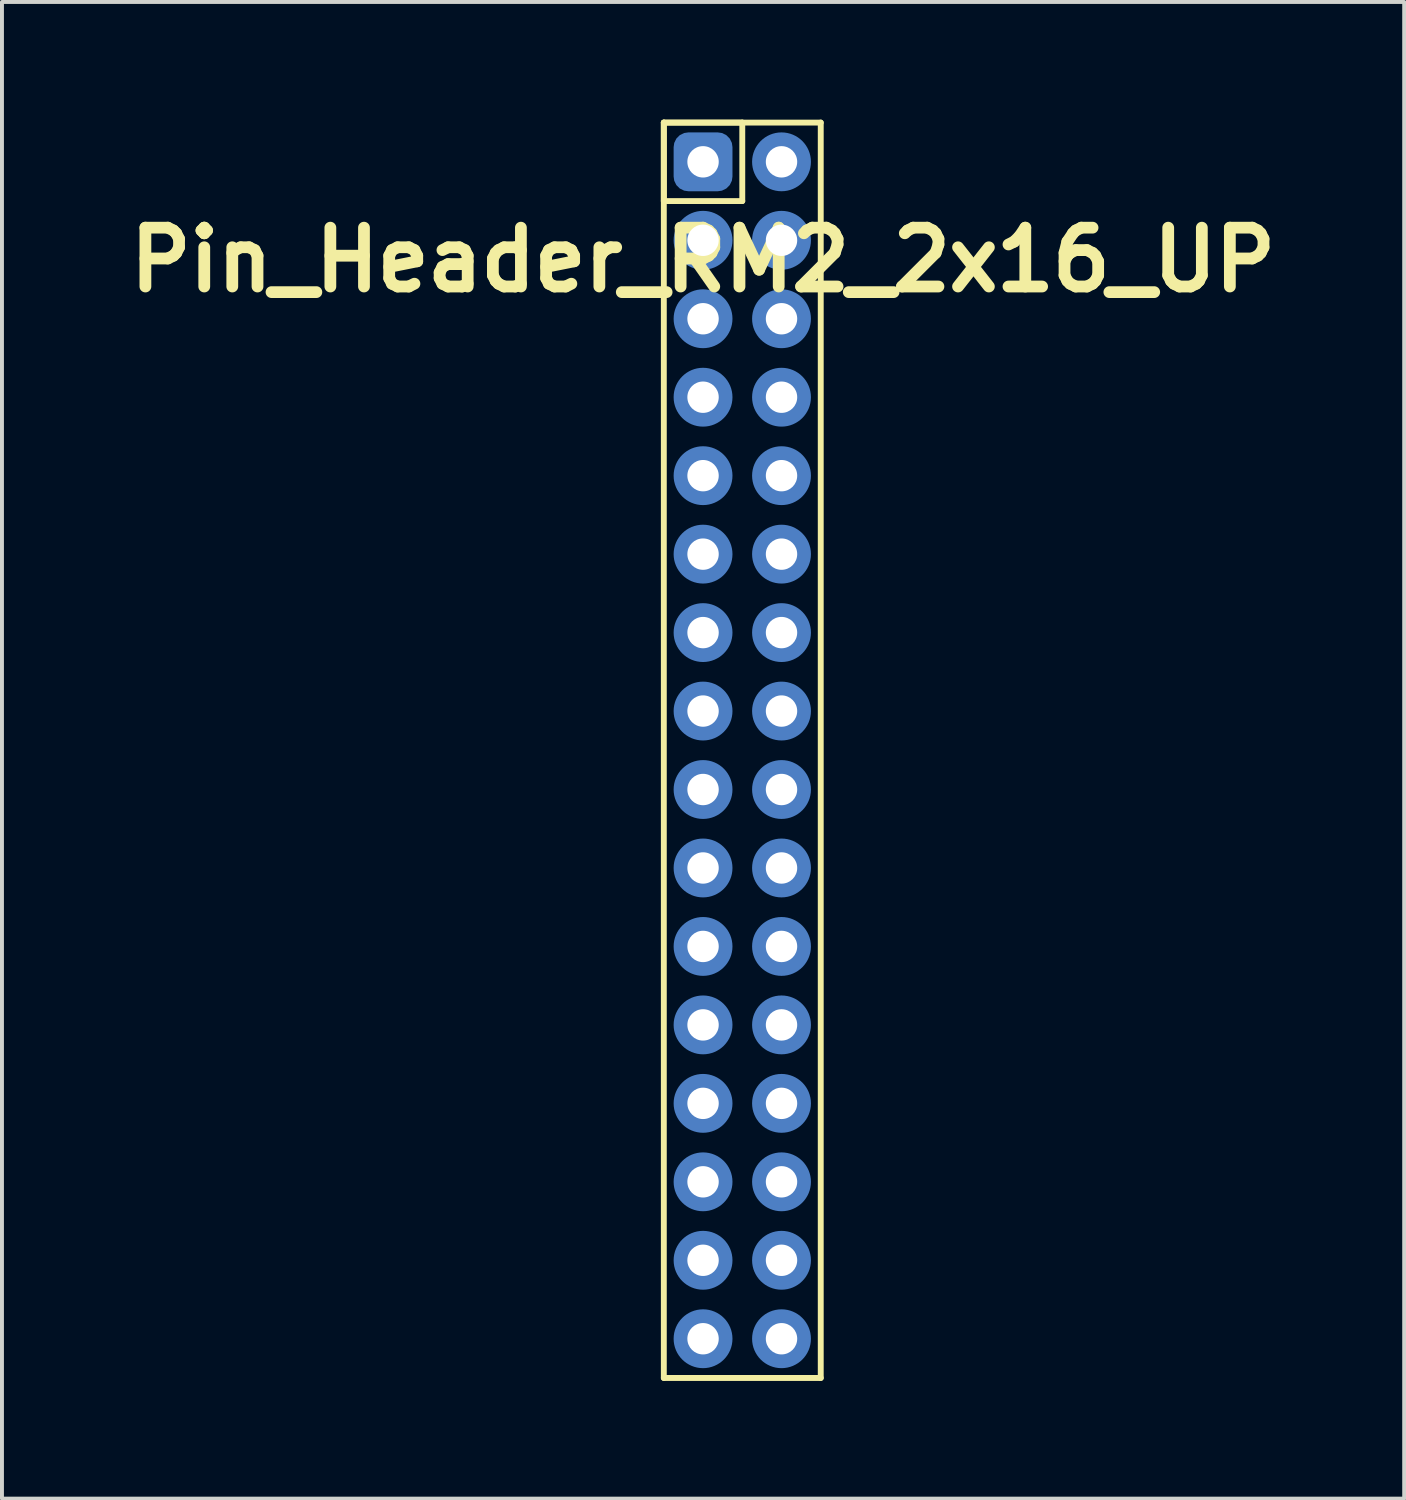
<source format=kicad_pcb>
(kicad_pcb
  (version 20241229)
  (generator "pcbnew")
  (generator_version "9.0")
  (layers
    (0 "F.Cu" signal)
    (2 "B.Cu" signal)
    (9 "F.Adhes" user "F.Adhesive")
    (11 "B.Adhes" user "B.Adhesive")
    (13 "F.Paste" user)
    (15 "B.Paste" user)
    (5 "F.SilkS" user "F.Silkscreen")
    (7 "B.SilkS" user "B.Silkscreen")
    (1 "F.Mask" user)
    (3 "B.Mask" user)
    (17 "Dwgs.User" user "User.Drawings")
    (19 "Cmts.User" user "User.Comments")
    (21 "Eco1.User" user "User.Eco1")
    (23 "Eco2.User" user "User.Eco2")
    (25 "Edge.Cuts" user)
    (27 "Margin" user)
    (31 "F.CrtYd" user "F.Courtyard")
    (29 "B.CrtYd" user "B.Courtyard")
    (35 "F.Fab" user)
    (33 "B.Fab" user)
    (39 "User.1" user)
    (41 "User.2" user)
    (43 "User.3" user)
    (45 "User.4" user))
  (footprint "Pin_Header_RM2_2x16_UP"
    (layer "F.Cu")
    (at 14.871 1.075)
    (property "Reference" "Pin_Header_RM2_2x16_UP" (at 0 2.5 0) (layer "F.SilkS") (effects (font (size 1.5 1.5) (thickness 0.3))))
    (attr through_hole)
    (fp_line (start -1 -1) (end 1 -1) (stroke (width 0.15) (type solid)) (layer "F.SilkS"))
    (fp_line (start -1 -1) (end 3 -1) (stroke (width 0.15) (type solid)) (layer "F.SilkS"))
    (fp_line (start -1 1) (end -1 -1) (stroke (width 0.15) (type solid)) (layer "F.SilkS"))
    (fp_line (start -1 31) (end -1 -1) (stroke (width 0.15) (type solid)) (layer "F.SilkS"))
    (fp_line (start 1 -1) (end 1 1) (stroke (width 0.15) (type solid)) (layer "F.SilkS"))
    (fp_line (start 1 1) (end -1 1) (stroke (width 0.15) (type solid)) (layer "F.SilkS"))
    (fp_line (start 3 -1) (end 3 31) (stroke (width 0.15) (type solid)) (layer "F.SilkS"))
    (fp_line (start 3 31) (end -1 31) (stroke (width 0.15) (type solid)) (layer "F.SilkS"))
    (pad "1" thru_hole circle (at 0 0) (size 1.1 1.1) (drill 0.8) (layers "*.Cu" "*.Mask"))
    (pad "1" smd roundrect (at 0 0) (size 1.25 1.25) (layers "F.Cu" "F.Mask") (roundrect_rratio 0.25))
    (pad "1" smd roundrect (at 0 0) (size 1.5 1.5) (layers "B.Cu" "B.Mask") (roundrect_rratio 0.25))
    (pad "2" thru_hole circle (at 2 0) (size 1.1 1.1) (drill 0.8) (layers "*.Cu" "*.Mask"))
    (pad "2" smd circle (at 2 0) (size 1.25 1.25) (layers "F.Cu" "F.Mask"))
    (pad "2" smd circle (at 2 0) (size 1.5 1.5) (layers "B.Cu" "B.Mask"))
    (pad "3" thru_hole circle (at 0 2) (size 1.1 1.1) (drill 0.8) (layers "*.Cu" "*.Mask"))
    (pad "3" smd circle (at 0 2) (size 1.25 1.25) (layers "F.Cu" "F.Mask"))
    (pad "3" smd circle (at 0 2) (size 1.5 1.5) (layers "B.Cu" "B.Mask"))
    (pad "4" thru_hole circle (at 2 2) (size 1.1 1.1) (drill 0.8) (layers "*.Cu" "*.Mask"))
    (pad "4" smd circle (at 2 2) (size 1.25 1.25) (layers "F.Cu" "F.Mask"))
    (pad "4" smd circle (at 2 2) (size 1.5 1.5) (layers "B.Cu" "B.Mask"))
    (pad "5" thru_hole circle (at 0 4) (size 1.1 1.1) (drill 0.8) (layers "*.Cu" "*.Mask"))
    (pad "5" smd circle (at 0 4) (size 1.25 1.25) (layers "F.Cu" "F.Mask"))
    (pad "5" smd circle (at 0 4) (size 1.5 1.5) (layers "B.Cu" "B.Mask"))
    (pad "6" thru_hole circle (at 2 4) (size 1.1 1.1) (drill 0.8) (layers "*.Cu" "*.Mask"))
    (pad "6" smd circle (at 2 4) (size 1.25 1.25) (layers "F.Cu" "F.Mask"))
    (pad "6" smd circle (at 2 4) (size 1.5 1.5) (layers "B.Cu" "B.Mask"))
    (pad "7" thru_hole circle (at 0 6) (size 1.1 1.1) (drill 0.8) (layers "*.Cu" "*.Mask"))
    (pad "7" smd circle (at 0 6) (size 1.25 1.25) (layers "F.Cu" "F.Mask"))
    (pad "7" smd circle (at 0 6) (size 1.5 1.5) (layers "B.Cu" "B.Mask"))
    (pad "8" thru_hole circle (at 2 6) (size 1.1 1.1) (drill 0.8) (layers "*.Cu" "*.Mask"))
    (pad "8" smd circle (at 2 6) (size 1.25 1.25) (layers "F.Cu" "F.Mask"))
    (pad "8" smd circle (at 2 6) (size 1.5 1.5) (layers "B.Cu" "B.Mask"))
    (pad "9" thru_hole circle (at 0 8) (size 1.1 1.1) (drill 0.8) (layers "*.Cu" "*.Mask"))
    (pad "9" smd circle (at 0 8) (size 1.25 1.25) (layers "F.Cu" "F.Mask"))
    (pad "9" smd circle (at 0 8) (size 1.5 1.5) (layers "B.Cu" "B.Mask"))
    (pad "10" thru_hole circle (at 2 8) (size 1.1 1.1) (drill 0.8) (layers "*.Cu" "*.Mask"))
    (pad "10" smd circle (at 2 8) (size 1.25 1.25) (layers "F.Cu" "F.Mask"))
    (pad "10" smd circle (at 2 8) (size 1.5 1.5) (layers "B.Cu" "B.Mask"))
    (pad "11" thru_hole circle (at 0 10) (size 1.1 1.1) (drill 0.8) (layers "*.Cu" "*.Mask"))
    (pad "11" smd circle (at 0 10) (size 1.25 1.25) (layers "F.Cu" "F.Mask"))
    (pad "11" smd circle (at 0 10) (size 1.5 1.5) (layers "B.Cu" "B.Mask"))
    (pad "12" thru_hole circle (at 2 10) (size 1.1 1.1) (drill 0.8) (layers "*.Cu" "*.Mask"))
    (pad "12" smd circle (at 2 10) (size 1.25 1.25) (layers "F.Cu" "F.Mask"))
    (pad "12" smd circle (at 2 10) (size 1.5 1.5) (layers "B.Cu" "B.Mask"))
    (pad "13" thru_hole circle (at 0 12) (size 1.1 1.1) (drill 0.8) (layers "*.Cu" "*.Mask"))
    (pad "13" smd circle (at 0 12) (size 1.25 1.25) (layers "F.Cu" "F.Mask"))
    (pad "13" smd circle (at 0 12) (size 1.5 1.5) (layers "B.Cu" "B.Mask"))
    (pad "14" thru_hole circle (at 2 12) (size 1.1 1.1) (drill 0.8) (layers "*.Cu" "*.Mask"))
    (pad "14" smd circle (at 2 12) (size 1.25 1.25) (layers "F.Cu" "F.Mask"))
    (pad "14" smd circle (at 2 12) (size 1.5 1.5) (layers "B.Cu" "B.Mask"))
    (pad "15" thru_hole circle (at 0 14) (size 1.1 1.1) (drill 0.8) (layers "*.Cu" "*.Mask"))
    (pad "15" smd circle (at 0 14) (size 1.25 1.25) (layers "F.Cu" "F.Mask"))
    (pad "15" smd circle (at 0 14) (size 1.5 1.5) (layers "B.Cu" "B.Mask"))
    (pad "16" thru_hole circle (at 2 14) (size 1.1 1.1) (drill 0.8) (layers "*.Cu" "*.Mask"))
    (pad "16" smd circle (at 2 14) (size 1.25 1.25) (layers "F.Cu" "F.Mask"))
    (pad "16" smd circle (at 2 14) (size 1.5 1.5) (layers "B.Cu" "B.Mask"))
    (pad "17" thru_hole circle (at 0 16) (size 1.1 1.1) (drill 0.8) (layers "*.Cu" "*.Mask"))
    (pad "17" smd circle (at 0 16) (size 1.25 1.25) (layers "F.Cu" "F.Mask"))
    (pad "17" smd circle (at 0 16) (size 1.5 1.5) (layers "B.Cu" "B.Mask"))
    (pad "18" thru_hole circle (at 2 16) (size 1.1 1.1) (drill 0.8) (layers "*.Cu" "*.Mask"))
    (pad "18" smd circle (at 2 16) (size 1.25 1.25) (layers "F.Cu" "F.Mask"))
    (pad "18" smd circle (at 2 16) (size 1.5 1.5) (layers "B.Cu" "B.Mask"))
    (pad "19" thru_hole circle (at 0 18) (size 1.1 1.1) (drill 0.8) (layers "*.Cu" "*.Mask"))
    (pad "19" smd circle (at 0 18) (size 1.25 1.25) (layers "F.Cu" "F.Mask"))
    (pad "19" smd circle (at 0 18) (size 1.5 1.5) (layers "B.Cu" "B.Mask"))
    (pad "20" thru_hole circle (at 2 18) (size 1.1 1.1) (drill 0.8) (layers "*.Cu" "*.Mask"))
    (pad "20" smd circle (at 2 18) (size 1.25 1.25) (layers "F.Cu" "F.Mask"))
    (pad "20" smd circle (at 2 18) (size 1.5 1.5) (layers "B.Cu" "B.Mask"))
    (pad "21" thru_hole circle (at 0 20) (size 1.1 1.1) (drill 0.8) (layers "*.Cu" "*.Mask"))
    (pad "21" smd circle (at 0 20) (size 1.25 1.25) (layers "F.Cu" "F.Mask"))
    (pad "21" smd circle (at 0 20) (size 1.5 1.5) (layers "B.Cu" "B.Mask"))
    (pad "22" thru_hole circle (at 2 20) (size 1.1 1.1) (drill 0.8) (layers "*.Cu" "*.Mask"))
    (pad "22" smd circle (at 2 20) (size 1.25 1.25) (layers "F.Cu" "F.Mask"))
    (pad "22" smd circle (at 2 20) (size 1.5 1.5) (layers "B.Cu" "B.Mask"))
    (pad "23" thru_hole circle (at 0 22) (size 1.1 1.1) (drill 0.8) (layers "*.Cu" "*.Mask"))
    (pad "23" smd circle (at 0 22) (size 1.25 1.25) (layers "F.Cu" "F.Mask"))
    (pad "23" smd circle (at 0 22) (size 1.5 1.5) (layers "B.Cu" "B.Mask"))
    (pad "24" thru_hole circle (at 2 22) (size 1.1 1.1) (drill 0.8) (layers "*.Cu" "*.Mask"))
    (pad "24" smd circle (at 2 22) (size 1.25 1.25) (layers "F.Cu" "F.Mask"))
    (pad "24" smd circle (at 2 22) (size 1.5 1.5) (layers "B.Cu" "B.Mask"))
    (pad "25" thru_hole circle (at 0 24) (size 1.1 1.1) (drill 0.8) (layers "*.Cu" "*.Mask"))
    (pad "25" smd circle (at 0 24) (size 1.25 1.25) (layers "F.Cu" "F.Mask"))
    (pad "25" smd circle (at 0 24) (size 1.5 1.5) (layers "B.Cu" "B.Mask"))
    (pad "26" thru_hole circle (at 2 24) (size 1.1 1.1) (drill 0.8) (layers "*.Cu" "*.Mask"))
    (pad "26" smd circle (at 2 24) (size 1.25 1.25) (layers "F.Cu" "F.Mask"))
    (pad "26" smd circle (at 2 24) (size 1.5 1.5) (layers "B.Cu" "B.Mask"))
    (pad "27" thru_hole circle (at 0 26) (size 1.1 1.1) (drill 0.8) (layers "*.Cu" "*.Mask"))
    (pad "27" smd circle (at 0 26) (size 1.25 1.25) (layers "F.Cu" "F.Mask"))
    (pad "27" smd circle (at 0 26) (size 1.5 1.5) (layers "B.Cu" "B.Mask"))
    (pad "28" thru_hole circle (at 2 26) (size 1.1 1.1) (drill 0.8) (layers "*.Cu" "*.Mask"))
    (pad "28" smd circle (at 2 26) (size 1.25 1.25) (layers "F.Cu" "F.Mask"))
    (pad "28" smd circle (at 2 26) (size 1.5 1.5) (layers "B.Cu" "B.Mask"))
    (pad "29" thru_hole circle (at 0 28) (size 1.1 1.1) (drill 0.8) (layers "*.Cu" "*.Mask"))
    (pad "29" smd circle (at 0 28) (size 1.25 1.25) (layers "F.Cu" "F.Mask"))
    (pad "29" smd circle (at 0 28) (size 1.5 1.5) (layers "B.Cu" "B.Mask"))
    (pad "30" thru_hole circle (at 2 28) (size 1.1 1.1) (drill 0.8) (layers "*.Cu" "*.Mask"))
    (pad "30" smd circle (at 2 28) (size 1.25 1.25) (layers "F.Cu" "F.Mask"))
    (pad "30" smd circle (at 2 28) (size 1.5 1.5) (layers "B.Cu" "B.Mask"))
    (pad "31" thru_hole circle (at 0 30) (size 1.1 1.1) (drill 0.8) (layers "*.Cu" "*.Mask"))
    (pad "31" smd circle (at 0 30) (size 1.25 1.25) (layers "F.Cu" "F.Mask"))
    (pad "31" smd circle (at 0 30) (size 1.5 1.5) (layers "B.Cu" "B.Mask"))
    (pad "32" thru_hole circle (at 2 30) (size 1.1 1.1) (drill 0.8) (layers "*.Cu" "*.Mask"))
    (pad "32" smd circle (at 2 30) (size 1.25 1.25) (layers "F.Cu" "F.Mask"))
    (pad "32" smd circle (at 2 30) (size 1.5 1.5) (layers "B.Cu" "B.Mask")))
  (gr_rect
    (start -3 -3)
    (end 32.743 35.15)
    (stroke (width 0.1) (type default))
    (fill no)
    (layer "Edge.Cuts")))
</source>
